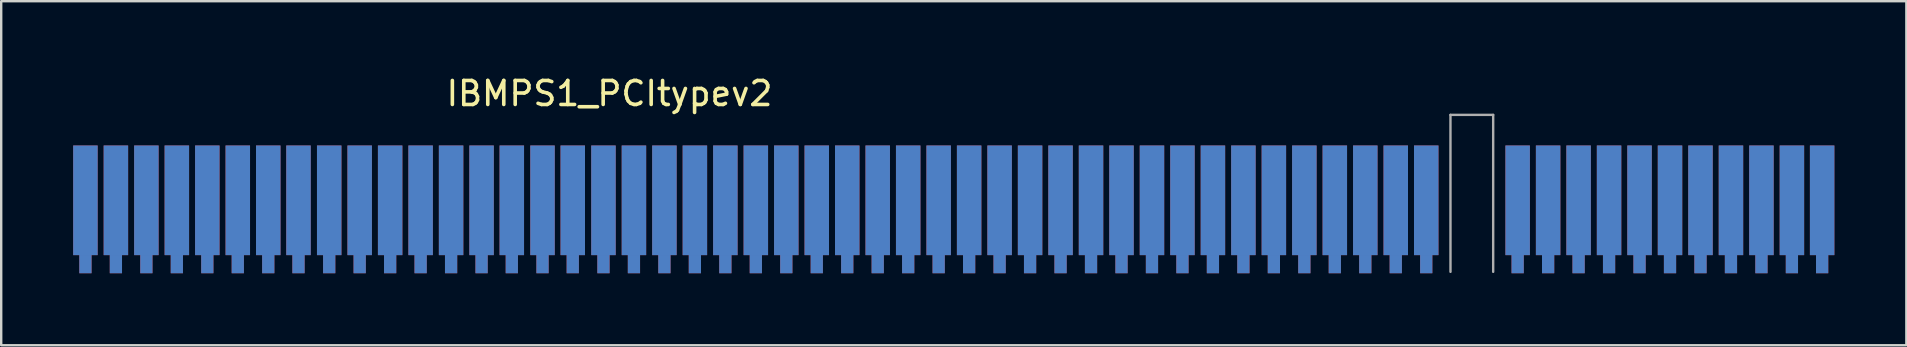
<source format=kicad_pcb>
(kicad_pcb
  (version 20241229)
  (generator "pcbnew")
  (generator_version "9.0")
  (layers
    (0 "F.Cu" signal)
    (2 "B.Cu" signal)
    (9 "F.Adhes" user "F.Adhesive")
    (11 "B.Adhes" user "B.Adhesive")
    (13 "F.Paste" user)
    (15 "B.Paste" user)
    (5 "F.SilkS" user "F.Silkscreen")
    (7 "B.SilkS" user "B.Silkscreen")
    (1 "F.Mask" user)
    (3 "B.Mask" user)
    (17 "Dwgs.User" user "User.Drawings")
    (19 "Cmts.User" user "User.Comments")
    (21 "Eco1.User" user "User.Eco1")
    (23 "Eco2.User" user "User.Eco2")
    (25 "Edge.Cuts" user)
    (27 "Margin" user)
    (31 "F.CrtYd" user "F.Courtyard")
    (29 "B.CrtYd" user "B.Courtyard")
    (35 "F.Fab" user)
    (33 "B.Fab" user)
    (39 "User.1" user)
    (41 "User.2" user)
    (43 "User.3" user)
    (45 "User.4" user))
  (footprint "IBMPS1_PCItypev2"
    (layer "F.Cu")
    (at 34.16 6.628)
    (property "Reference" "IBMPS1_PCItypev2" (at -11.81 -5.78 0) (layer "F.SilkS") (effects (font (size 1 1) (thickness 0.15))))
    (attr smd)
    (fp_line (start 23.24 -4.89) (end 25.02 -4.89) (stroke (width 0.1) (type solid)) (layer "F.Fab"))
    (fp_line (start 23.241 1.651) (end 23.24 -4.89) (stroke (width 0.1) (type solid)) (layer "F.Fab"))
    (fp_line (start 25.02 -4.89) (end 25.02 1.651) (stroke (width 0.1) (type solid)) (layer "F.Fab"))
    (pad "A5" connect rect (at -33.65 -1.33) (size 1.02 4.57) (layers "B.Cu" "B.Mask"))
    (pad "A5" connect rect (at -33.65 1.33) (size 0.51 0.76) (layers "B.Cu" "B.Mask"))
    (pad "A6" connect rect (at -32.38 -1.33) (size 1.02 4.57) (layers "B.Cu" "B.Mask"))
    (pad "A6" connect rect (at -32.38 1.33) (size 0.51 0.76) (layers "B.Cu" "B.Mask"))
    (pad "A7" connect rect (at -31.11 -1.33) (size 1.02 4.57) (layers "B.Cu" "B.Mask"))
    (pad "A7" connect rect (at -31.11 1.33) (size 0.51 0.76) (layers "B.Cu" "B.Mask"))
    (pad "A8" connect rect (at -29.84 -1.33) (size 1.02 4.57) (layers "B.Cu" "B.Mask"))
    (pad "A8" connect rect (at -29.84 1.33) (size 0.51 0.76) (layers "B.Cu" "B.Mask"))
    (pad "A9" connect rect (at -28.57 -1.33) (size 1.02 4.57) (layers "B.Cu" "B.Mask"))
    (pad "A9" connect rect (at -28.57 1.33) (size 0.51 0.76) (layers "B.Cu" "B.Mask"))
    (pad "A10" connect rect (at -27.3 -1.33) (size 1.02 4.57) (layers "B.Cu" "B.Mask"))
    (pad "A10" connect rect (at -27.3 1.33) (size 0.51 0.76) (layers "B.Cu" "B.Mask"))
    (pad "A11" connect rect (at -26.03 -1.33) (size 1.02 4.57) (layers "B.Cu" "B.Mask"))
    (pad "A11" connect rect (at -26.03 1.33) (size 0.51 0.76) (layers "B.Cu" "B.Mask"))
    (pad "A12" connect rect (at -24.77 -1.33) (size 1.02 4.57) (layers "B.Cu" "B.Mask"))
    (pad "A12" connect rect (at -24.77 1.33) (size 0.51 0.76) (layers "B.Cu" "B.Mask"))
    (pad "A13" connect rect (at -23.49 -1.33) (size 1.02 4.57) (layers "B.Cu" "B.Mask"))
    (pad "A13" connect rect (at -23.49 1.33) (size 0.51 0.76) (layers "B.Cu" "B.Mask"))
    (pad "A14" connect rect (at -22.22 -1.33) (size 1.02 4.57) (layers "B.Cu" "B.Mask"))
    (pad "A14" connect rect (at -22.22 1.33) (size 0.51 0.76) (layers "B.Cu" "B.Mask"))
    (pad "A15" connect rect (at -20.95 -1.33) (size 1.02 4.57) (layers "B.Cu" "B.Mask"))
    (pad "A15" connect rect (at -20.95 1.33) (size 0.51 0.76) (layers "B.Cu" "B.Mask"))
    (pad "A16" connect rect (at -19.68 -1.33) (size 1.02 4.57) (layers "B.Cu" "B.Mask"))
    (pad "A16" connect rect (at -19.68 1.33) (size 0.51 0.76) (layers "B.Cu" "B.Mask"))
    (pad "A17" connect rect (at -18.41 -1.33) (size 1.02 4.57) (layers "B.Cu" "B.Mask"))
    (pad "A17" connect rect (at -18.41 1.33) (size 0.51 0.76) (layers "B.Cu" "B.Mask"))
    (pad "A18" connect rect (at -17.14 -1.33) (size 1.02 4.57) (layers "B.Cu" "B.Mask"))
    (pad "A18" connect rect (at -17.14 1.33) (size 0.51 0.76) (layers "B.Cu" "B.Mask"))
    (pad "A19" connect rect (at -15.88 -1.33) (size 1.02 4.57) (layers "B.Cu" "B.Mask"))
    (pad "A19" connect rect (at -15.88 1.33) (size 0.51 0.76) (layers "B.Cu" "B.Mask"))
    (pad "A20" connect rect (at -14.6 -1.33) (size 1.02 4.57) (layers "B.Cu" "B.Mask"))
    (pad "A20" connect rect (at -14.6 1.33) (size 0.51 0.76) (layers "B.Cu" "B.Mask"))
    (pad "A21" connect rect (at -13.34 -1.33) (size 1.02 4.57) (layers "B.Cu" "B.Mask"))
    (pad "A21" connect rect (at -13.34 1.33) (size 0.51 0.76) (layers "B.Cu" "B.Mask"))
    (pad "A22" connect rect (at -12.06 -1.33) (size 1.02 4.57) (layers "B.Cu" "B.Mask"))
    (pad "A22" connect rect (at -12.06 1.33) (size 0.51 0.76) (layers "B.Cu" "B.Mask"))
    (pad "A23" connect rect (at -10.79 -1.33) (size 1.02 4.57) (layers "B.Cu" "B.Mask"))
    (pad "A23" connect rect (at -10.79 1.33) (size 0.51 0.76) (layers "B.Cu" "B.Mask"))
    (pad "A24" connect rect (at -9.52 -1.33) (size 1.02 4.57) (layers "B.Cu" "B.Mask"))
    (pad "A24" connect rect (at -9.52 1.33) (size 0.51 0.76) (layers "B.Cu" "B.Mask"))
    (pad "A25" connect rect (at -8.25 -1.33) (size 1.02 4.57) (layers "B.Cu" "B.Mask"))
    (pad "A25" connect rect (at -8.25 1.33) (size 0.51 0.76) (layers "B.Cu" "B.Mask"))
    (pad "A26" connect rect (at -6.98 -1.33) (size 1.02 4.57) (layers "B.Cu" "B.Mask"))
    (pad "A26" connect rect (at -6.98 1.33) (size 0.51 0.76) (layers "B.Cu" "B.Mask"))
    (pad "A27" connect rect (at -5.71 -1.33) (size 1.02 4.57) (layers "B.Cu" "B.Mask"))
    (pad "A27" connect rect (at -5.71 1.33) (size 0.51 0.76) (layers "B.Cu" "B.Mask"))
    (pad "A28" connect rect (at -4.44 -1.33) (size 1.02 4.57) (layers "B.Cu" "B.Mask"))
    (pad "A28" connect rect (at -4.44 1.33) (size 0.51 0.76) (layers "B.Cu" "B.Mask"))
    (pad "A29" connect rect (at -3.17 -1.33) (size 1.02 4.57) (layers "B.Cu" "B.Mask"))
    (pad "A29" connect rect (at -3.17 1.33) (size 0.51 0.76) (layers "B.Cu" "B.Mask"))
    (pad "A30" connect rect (at -1.9 -1.33) (size 1.02 4.57) (layers "B.Cu" "B.Mask"))
    (pad "A30" connect rect (at -1.9 1.33) (size 0.51 0.76) (layers "B.Cu" "B.Mask"))
    (pad "A31" connect rect (at -0.63 -1.33) (size 1.02 4.57) (layers "B.Cu" "B.Mask"))
    (pad "A31" connect rect (at -0.63 1.33) (size 0.51 0.76) (layers "B.Cu" "B.Mask"))
    (pad "A32" connect rect (at 0.64 -1.33) (size 1.02 4.57) (layers "B.Cu" "B.Mask"))
    (pad "A32" connect rect (at 0.64 1.33) (size 0.51 0.76) (layers "B.Cu" "B.Mask"))
    (pad "A33" connect rect (at 1.91 -1.33) (size 1.02 4.57) (layers "B.Cu" "B.Mask"))
    (pad "A33" connect rect (at 1.91 1.33) (size 0.51 0.76) (layers "B.Cu" "B.Mask"))
    (pad "A34" connect rect (at 3.18 -1.33) (size 1.02 4.57) (layers "B.Cu" "B.Mask"))
    (pad "A34" connect rect (at 3.18 1.33) (size 0.51 0.76) (layers "B.Cu" "B.Mask"))
    (pad "A35" connect rect (at 4.45 -1.33) (size 1.02 4.57) (layers "B.Cu" "B.Mask"))
    (pad "A35" connect rect (at 4.45 1.33) (size 0.51 0.76) (layers "B.Cu" "B.Mask"))
    (pad "A36" connect rect (at 5.72 -1.33) (size 1.02 4.57) (layers "B.Cu" "B.Mask"))
    (pad "A36" connect rect (at 5.72 1.33) (size 0.51 0.76) (layers "B.Cu" "B.Mask"))
    (pad "A37" connect rect (at 6.99 -1.33) (size 1.02 4.57) (layers "B.Cu" "B.Mask"))
    (pad "A37" connect rect (at 6.99 1.33) (size 0.51 0.76) (layers "B.Cu" "B.Mask"))
    (pad "A38" connect rect (at 8.26 -1.33) (size 1.02 4.57) (layers "B.Cu" "B.Mask"))
    (pad "A38" connect rect (at 8.26 1.33) (size 0.51 0.76) (layers "B.Cu" "B.Mask"))
    (pad "A39" connect rect (at 9.53 -1.33) (size 1.02 4.57) (layers "B.Cu" "B.Mask"))
    (pad "A39" connect rect (at 9.53 1.33) (size 0.51 0.76) (layers "B.Cu" "B.Mask"))
    (pad "A40" connect rect (at 10.8 -1.33) (size 1.02 4.57) (layers "B.Cu" "B.Mask"))
    (pad "A40" connect rect (at 10.8 1.33) (size 0.51 0.76) (layers "B.Cu" "B.Mask"))
    (pad "A41" connect rect (at 12.07 -1.33) (size 1.02 4.57) (layers "B.Cu" "B.Mask"))
    (pad "A41" connect rect (at 12.07 1.33) (size 0.51 0.76) (layers "B.Cu" "B.Mask"))
    (pad "A42" connect rect (at 13.34 -1.33) (size 1.02 4.57) (layers "B.Cu" "B.Mask"))
    (pad "A42" connect rect (at 13.34 1.33) (size 0.51 0.76) (layers "B.Cu" "B.Mask"))
    (pad "A43" connect rect (at 14.61 -1.33) (size 1.02 4.57) (layers "B.Cu" "B.Mask"))
    (pad "A43" connect rect (at 14.61 1.33) (size 0.51 0.76) (layers "B.Cu" "B.Mask"))
    (pad "A44" connect rect (at 15.88 -1.33) (size 1.02 4.57) (layers "B.Cu" "B.Mask"))
    (pad "A44" connect rect (at 15.88 1.33) (size 0.51 0.76) (layers "B.Cu" "B.Mask"))
    (pad "A45" connect rect (at 17.15 -1.33) (size 1.02 4.57) (layers "B.Cu" "B.Mask"))
    (pad "A45" connect rect (at 17.15 1.33) (size 0.51 0.76) (layers "B.Cu" "B.Mask"))
    (pad "A46" connect rect (at 18.42 -1.33) (size 1.02 4.57) (layers "B.Cu" "B.Mask"))
    (pad "A46" connect rect (at 18.42 1.33) (size 0.51 0.76) (layers "B.Cu" "B.Mask"))
    (pad "A47" connect rect (at 19.69 -1.33) (size 1.02 4.57) (layers "B.Cu" "B.Mask"))
    (pad "A47" connect rect (at 19.69 1.33) (size 0.51 0.76) (layers "B.Cu" "B.Mask"))
    (pad "A48" connect rect (at 20.96 -1.33) (size 1.02 4.57) (layers "B.Cu" "B.Mask"))
    (pad "A48" connect rect (at 20.96 1.33) (size 0.51 0.76) (layers "B.Cu" "B.Mask"))
    (pad "A49" connect rect (at 22.23 -1.33) (size 1.02 4.57) (layers "B.Cu" "B.Mask"))
    (pad "A49" connect rect (at 22.23 1.33) (size 0.51 0.76) (layers "B.Cu" "B.Mask"))
    (pad "A52" connect rect (at 26.04 -1.33) (size 1.02 4.57) (layers "B.Cu" "B.Mask"))
    (pad "A52" connect rect (at 26.04 1.33) (size 0.51 0.76) (layers "B.Cu" "B.Mask"))
    (pad "A53" connect rect (at 27.31 -1.33) (size 1.02 4.57) (layers "B.Cu" "B.Mask"))
    (pad "A53" connect rect (at 27.31 1.33) (size 0.51 0.76) (layers "B.Cu" "B.Mask"))
    (pad "A54" connect rect (at 28.58 -1.33) (size 1.02 4.57) (layers "B.Cu" "B.Mask"))
    (pad "A54" connect rect (at 28.58 1.33) (size 0.51 0.76) (layers "B.Cu" "B.Mask"))
    (pad "A55" connect rect (at 29.85 -1.33) (size 1.02 4.57) (layers "B.Cu" "B.Mask"))
    (pad "A55" connect rect (at 29.85 1.33) (size 0.51 0.76) (layers "B.Cu" "B.Mask"))
    (pad "A56" connect rect (at 31.12 -1.33) (size 1.02 4.57) (layers "B.Cu" "B.Mask"))
    (pad "A56" connect rect (at 31.12 1.33) (size 0.51 0.76) (layers "B.Cu" "B.Mask"))
    (pad "A57" connect rect (at 32.39 -1.33) (size 1.02 4.57) (layers "B.Cu" "B.Mask"))
    (pad "A57" connect rect (at 32.39 1.33) (size 0.51 0.76) (layers "B.Cu" "B.Mask"))
    (pad "A58" connect rect (at 33.66 -1.33) (size 1.02 4.57) (layers "B.Cu" "B.Mask"))
    (pad "A58" connect rect (at 33.66 1.33) (size 0.51 0.76) (layers "B.Cu" "B.Mask"))
    (pad "A59" connect rect (at 34.93 -1.33) (size 1.02 4.57) (layers "B.Cu" "B.Mask"))
    (pad "A59" connect rect (at 34.93 1.33) (size 0.51 0.76) (layers "B.Cu" "B.Mask"))
    (pad "A60" connect rect (at 36.2 -1.33) (size 1.02 4.57) (layers "B.Cu" "B.Mask"))
    (pad "A60" connect rect (at 36.2 1.33) (size 0.51 0.76) (layers "B.Cu" "B.Mask"))
    (pad "A61" connect rect (at 37.47 -1.33) (size 1.02 4.57) (layers "B.Cu" "B.Mask"))
    (pad "A61" connect rect (at 37.47 1.33) (size 0.51 0.76) (layers "B.Cu" "B.Mask"))
    (pad "A62" connect rect (at 38.73 -1.33) (size 1.02 4.57) (layers "B.Cu" "B.Mask"))
    (pad "A62" connect rect (at 38.73 1.33) (size 0.51 0.76) (layers "B.Cu" "B.Mask"))
    (pad "B5" connect rect (at -33.65 -1.33) (size 1.02 4.57) (layers "F.Cu" "F.Mask"))
    (pad "B5" connect rect (at -33.65 1.33) (size 0.51 0.76) (layers "F.Cu" "F.Mask"))
    (pad "B6" connect rect (at -32.38 -1.33) (size 1.02 4.57) (layers "F.Cu" "F.Mask"))
    (pad "B6" connect rect (at -32.38 1.33) (size 0.51 0.76) (layers "F.Cu" "F.Mask"))
    (pad "B7" connect rect (at -31.11 -1.33) (size 1.02 4.57) (layers "F.Cu" "F.Mask"))
    (pad "B7" connect rect (at -31.11 1.33) (size 0.51 0.76) (layers "F.Cu" "F.Mask"))
    (pad "B8" connect rect (at -29.84 -1.33) (size 1.02 4.57) (layers "F.Cu" "F.Mask"))
    (pad "B8" connect rect (at -29.84 1.33) (size 0.51 0.76) (layers "F.Cu" "F.Mask"))
    (pad "B9" connect rect (at -28.57 -1.33) (size 1.02 4.57) (layers "F.Cu" "F.Mask"))
    (pad "B9" connect rect (at -28.57 1.33) (size 0.51 0.76) (layers "F.Cu" "F.Mask"))
    (pad "B10" connect rect (at -27.3 -1.33) (size 1.02 4.57) (layers "F.Cu" "F.Mask"))
    (pad "B10" connect rect (at -27.3 1.33) (size 0.51 0.76) (layers "F.Cu" "F.Mask"))
    (pad "B11" connect rect (at -26.03 -1.33) (size 1.02 4.57) (layers "F.Cu" "F.Mask"))
    (pad "B11" connect rect (at -26.03 1.33) (size 0.51 0.76) (layers "F.Cu" "F.Mask"))
    (pad "B12" connect rect (at -24.77 -1.33) (size 1.02 4.57) (layers "F.Cu" "F.Mask"))
    (pad "B12" connect rect (at -24.77 1.33) (size 0.51 0.76) (layers "F.Cu" "F.Mask"))
    (pad "B13" connect rect (at -23.49 -1.33) (size 1.02 4.57) (layers "F.Cu" "F.Mask"))
    (pad "B13" connect rect (at -23.49 1.33) (size 0.51 0.76) (layers "F.Cu" "F.Mask"))
    (pad "B14" connect rect (at -22.22 -1.33) (size 1.02 4.57) (layers "F.Cu" "F.Mask"))
    (pad "B14" connect rect (at -22.22 1.33) (size 0.51 0.76) (layers "F.Cu" "F.Mask"))
    (pad "B15" connect rect (at -20.95 -1.33) (size 1.02 4.57) (layers "F.Cu" "F.Mask"))
    (pad "B15" connect rect (at -20.95 1.33) (size 0.51 0.76) (layers "F.Cu" "F.Mask"))
    (pad "B16" connect rect (at -19.68 -1.33) (size 1.02 4.57) (layers "F.Cu" "F.Mask"))
    (pad "B16" connect rect (at -19.68 1.33) (size 0.51 0.76) (layers "F.Cu" "F.Mask"))
    (pad "B17" connect rect (at -18.41 -1.33) (size 1.02 4.57) (layers "F.Cu" "F.Mask"))
    (pad "B17" connect rect (at -18.41 1.33) (size 0.51 0.76) (layers "F.Cu" "F.Mask"))
    (pad "B18" connect rect (at -17.14 -1.33) (size 1.02 4.57) (layers "F.Cu" "F.Mask"))
    (pad "B18" connect rect (at -17.14 1.33) (size 0.51 0.76) (layers "F.Cu" "F.Mask"))
    (pad "B19" connect rect (at -15.88 -1.33) (size 1.02 4.57) (layers "F.Cu" "F.Mask"))
    (pad "B19" connect rect (at -15.88 1.33) (size 0.51 0.76) (layers "F.Cu" "F.Mask"))
    (pad "B20" connect rect (at -14.6 -1.33) (size 1.02 4.57) (layers "F.Cu" "F.Mask"))
    (pad "B20" connect rect (at -14.6 1.33) (size 0.51 0.76) (layers "F.Cu" "F.Mask"))
    (pad "B21" connect rect (at -13.34 -1.33) (size 1.02 4.57) (layers "F.Cu" "F.Mask"))
    (pad "B21" connect rect (at -13.34 1.33) (size 0.51 0.76) (layers "F.Cu" "F.Mask"))
    (pad "B22" connect rect (at -12.06 -1.33) (size 1.02 4.57) (layers "F.Cu" "F.Mask"))
    (pad "B22" connect rect (at -12.06 1.33) (size 0.51 0.76) (layers "F.Cu" "F.Mask"))
    (pad "B23" connect rect (at -10.79 -1.33) (size 1.02 4.57) (layers "F.Cu" "F.Mask"))
    (pad "B23" connect rect (at -10.79 1.33) (size 0.51 0.76) (layers "F.Cu" "F.Mask"))
    (pad "B24" connect rect (at -9.52 -1.33) (size 1.02 4.57) (layers "F.Cu" "F.Mask"))
    (pad "B24" connect rect (at -9.52 1.33) (size 0.51 0.76) (layers "F.Cu" "F.Mask"))
    (pad "B25" connect rect (at -8.25 -1.33) (size 1.02 4.57) (layers "F.Cu" "F.Mask"))
    (pad "B25" connect rect (at -8.25 1.33) (size 0.51 0.76) (layers "F.Cu" "F.Mask"))
    (pad "B26" connect rect (at -6.98 -1.33) (size 1.02 4.57) (layers "F.Cu" "F.Mask"))
    (pad "B26" connect rect (at -6.98 1.33) (size 0.51 0.76) (layers "F.Cu" "F.Mask"))
    (pad "B27" connect rect (at -5.71 -1.33) (size 1.02 4.57) (layers "F.Cu" "F.Mask"))
    (pad "B27" connect rect (at -5.71 1.33) (size 0.51 0.76) (layers "F.Cu" "F.Mask"))
    (pad "B28" connect rect (at -4.44 -1.33) (size 1.02 4.57) (layers "F.Cu" "F.Mask"))
    (pad "B28" connect rect (at -4.44 1.33) (size 0.51 0.76) (layers "F.Cu" "F.Mask"))
    (pad "B29" connect rect (at -3.17 -1.33) (size 1.02 4.57) (layers "F.Cu" "F.Mask"))
    (pad "B29" connect rect (at -3.17 1.33) (size 0.51 0.76) (layers "F.Cu" "F.Mask"))
    (pad "B30" connect rect (at -1.9 -1.33) (size 1.02 4.57) (layers "F.Cu" "F.Mask"))
    (pad "B30" connect rect (at -1.9 1.33) (size 0.51 0.76) (layers "F.Cu" "F.Mask"))
    (pad "B31" connect rect (at -0.63 -1.33) (size 1.02 4.57) (layers "F.Cu" "F.Mask"))
    (pad "B31" connect rect (at -0.63 1.33) (size 0.51 0.76) (layers "F.Cu" "F.Mask"))
    (pad "B32" connect rect (at 0.64 -1.33) (size 1.02 4.57) (layers "F.Cu" "F.Mask"))
    (pad "B32" connect rect (at 0.64 1.33) (size 0.51 0.76) (layers "F.Cu" "F.Mask"))
    (pad "B33" connect rect (at 1.91 -1.33) (size 1.02 4.57) (layers "F.Cu" "F.Mask"))
    (pad "B33" connect rect (at 1.91 1.33) (size 0.51 0.76) (layers "F.Cu" "F.Mask"))
    (pad "B34" connect rect (at 3.18 -1.33) (size 1.02 4.57) (layers "F.Cu" "F.Mask"))
    (pad "B34" connect rect (at 3.18 1.33) (size 0.51 0.76) (layers "F.Cu" "F.Mask"))
    (pad "B35" connect rect (at 4.45 -1.33) (size 1.02 4.57) (layers "F.Cu" "F.Mask"))
    (pad "B35" connect rect (at 4.45 1.33) (size 0.51 0.76) (layers "F.Cu" "F.Mask"))
    (pad "B36" connect rect (at 5.72 -1.33) (size 1.02 4.57) (layers "F.Cu" "F.Mask"))
    (pad "B36" connect rect (at 5.72 1.33) (size 0.51 0.76) (layers "F.Cu" "F.Mask"))
    (pad "B37" connect rect (at 6.99 -1.33) (size 1.02 4.57) (layers "F.Cu" "F.Mask"))
    (pad "B37" connect rect (at 6.99 1.33) (size 0.51 0.76) (layers "F.Cu" "F.Mask"))
    (pad "B38" connect rect (at 8.26 -1.33) (size 1.02 4.57) (layers "F.Cu" "F.Mask"))
    (pad "B38" connect rect (at 8.26 1.33) (size 0.51 0.76) (layers "F.Cu" "F.Mask"))
    (pad "B39" connect rect (at 9.53 -1.33) (size 1.02 4.57) (layers "F.Cu" "F.Mask"))
    (pad "B39" connect rect (at 9.53 1.33) (size 0.51 0.76) (layers "F.Cu" "F.Mask"))
    (pad "B40" connect rect (at 10.8 -1.33) (size 1.02 4.57) (layers "F.Cu" "F.Mask"))
    (pad "B40" connect rect (at 10.8 1.33) (size 0.51 0.76) (layers "F.Cu" "F.Mask"))
    (pad "B41" connect rect (at 12.07 -1.33) (size 1.02 4.57) (layers "F.Cu" "F.Mask"))
    (pad "B41" connect rect (at 12.07 1.33) (size 0.51 0.76) (layers "F.Cu" "F.Mask"))
    (pad "B42" connect rect (at 13.34 -1.33) (size 1.02 4.57) (layers "F.Cu" "F.Mask"))
    (pad "B42" connect rect (at 13.34 1.33) (size 0.51 0.76) (layers "F.Cu" "F.Mask"))
    (pad "B43" connect rect (at 14.61 -1.33) (size 1.02 4.57) (layers "F.Cu" "F.Mask"))
    (pad "B43" connect rect (at 14.61 1.33) (size 0.51 0.76) (layers "F.Cu" "F.Mask"))
    (pad "B44" connect rect (at 15.88 -1.33) (size 1.02 4.57) (layers "F.Cu" "F.Mask"))
    (pad "B44" connect rect (at 15.88 1.33) (size 0.51 0.76) (layers "F.Cu" "F.Mask"))
    (pad "B45" connect rect (at 17.15 -1.33) (size 1.02 4.57) (layers "F.Cu" "F.Mask"))
    (pad "B45" connect rect (at 17.15 1.33) (size 0.51 0.76) (layers "F.Cu" "F.Mask"))
    (pad "B46" connect rect (at 18.42 -1.33) (size 1.02 4.57) (layers "F.Cu" "F.Mask"))
    (pad "B46" connect rect (at 18.42 1.33) (size 0.51 0.76) (layers "F.Cu" "F.Mask"))
    (pad "B47" connect rect (at 19.69 -1.33) (size 1.02 4.57) (layers "F.Cu" "F.Mask"))
    (pad "B47" connect rect (at 19.69 1.33) (size 0.51 0.76) (layers "F.Cu" "F.Mask"))
    (pad "B48" connect rect (at 20.96 -1.33) (size 1.02 4.57) (layers "F.Cu" "F.Mask"))
    (pad "B48" connect rect (at 20.96 1.33) (size 0.51 0.76) (layers "F.Cu" "F.Mask"))
    (pad "B49" connect rect (at 22.23 -1.33) (size 1.02 4.57) (layers "F.Cu" "F.Mask"))
    (pad "B49" connect rect (at 22.23 1.33) (size 0.51 0.76) (layers "F.Cu" "F.Mask"))
    (pad "B52" connect rect (at 26.04 -1.33) (size 1.02 4.57) (layers "F.Cu" "F.Mask"))
    (pad "B52" connect rect (at 26.04 1.33) (size 0.51 0.76) (layers "F.Cu" "F.Mask"))
    (pad "B53" connect rect (at 27.31 -1.33) (size 1.02 4.57) (layers "F.Cu" "F.Mask"))
    (pad "B53" connect rect (at 27.31 1.33) (size 0.51 0.76) (layers "F.Cu" "F.Mask"))
    (pad "B54" connect rect (at 28.58 -1.33) (size 1.02 4.57) (layers "F.Cu" "F.Mask"))
    (pad "B54" connect rect (at 28.58 1.33) (size 0.51 0.76) (layers "F.Cu" "F.Mask"))
    (pad "B55" connect rect (at 29.85 -1.33) (size 1.02 4.57) (layers "F.Cu" "F.Mask"))
    (pad "B55" connect rect (at 29.85 1.33) (size 0.51 0.76) (layers "F.Cu" "F.Mask"))
    (pad "B56" connect rect (at 31.12 -1.33) (size 1.02 4.57) (layers "F.Cu" "F.Mask"))
    (pad "B56" connect rect (at 31.12 1.33) (size 0.51 0.76) (layers "F.Cu" "F.Mask"))
    (pad "B57" connect rect (at 32.39 -1.33) (size 1.02 4.57) (layers "F.Cu" "F.Mask"))
    (pad "B57" connect rect (at 32.39 1.33) (size 0.51 0.76) (layers "F.Cu" "F.Mask"))
    (pad "B58" connect rect (at 33.66 -1.33) (size 1.02 4.57) (layers "F.Cu" "F.Mask"))
    (pad "B58" connect rect (at 33.66 1.33) (size 0.51 0.76) (layers "F.Cu" "F.Mask"))
    (pad "B59" connect rect (at 34.93 -1.33) (size 1.02 4.57) (layers "F.Cu" "F.Mask"))
    (pad "B59" connect rect (at 34.93 1.33) (size 0.51 0.76) (layers "F.Cu" "F.Mask"))
    (pad "B60" connect rect (at 36.2 -1.33) (size 1.02 4.57) (layers "F.Cu" "F.Mask"))
    (pad "B60" connect rect (at 36.2 1.33) (size 0.51 0.76) (layers "F.Cu" "F.Mask"))
    (pad "B61" connect rect (at 37.47 -1.33) (size 1.02 4.57) (layers "F.Cu" "F.Mask"))
    (pad "B61" connect rect (at 37.47 1.33) (size 0.51 0.76) (layers "F.Cu" "F.Mask"))
    (pad "B62" connect rect (at 38.73 -1.33) (size 1.02 4.57) (layers "F.Cu" "F.Mask"))
    (pad "B62" connect rect (at 38.73 1.33) (size 0.51 0.76) (layers "F.Cu" "F.Mask")))
  (gr_rect
    (start -3 -3)
    (end 76.4 11.338)
    (stroke (width 0.1) (type default))
    (fill no)
    (layer "Edge.Cuts")))
</source>
